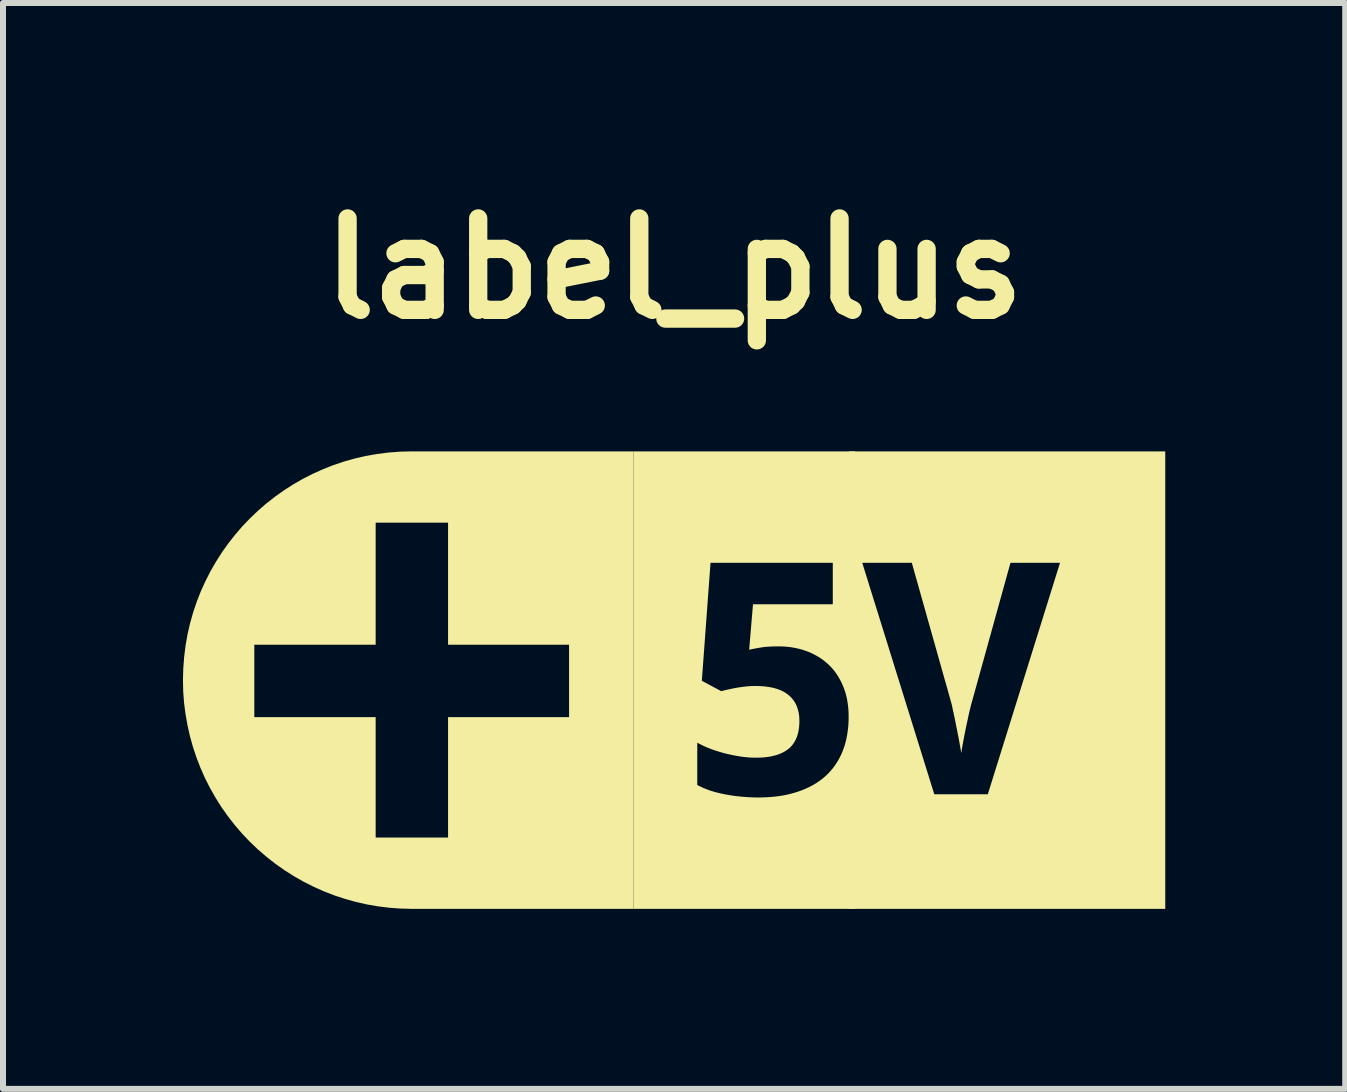
<source format=kicad_pcb>
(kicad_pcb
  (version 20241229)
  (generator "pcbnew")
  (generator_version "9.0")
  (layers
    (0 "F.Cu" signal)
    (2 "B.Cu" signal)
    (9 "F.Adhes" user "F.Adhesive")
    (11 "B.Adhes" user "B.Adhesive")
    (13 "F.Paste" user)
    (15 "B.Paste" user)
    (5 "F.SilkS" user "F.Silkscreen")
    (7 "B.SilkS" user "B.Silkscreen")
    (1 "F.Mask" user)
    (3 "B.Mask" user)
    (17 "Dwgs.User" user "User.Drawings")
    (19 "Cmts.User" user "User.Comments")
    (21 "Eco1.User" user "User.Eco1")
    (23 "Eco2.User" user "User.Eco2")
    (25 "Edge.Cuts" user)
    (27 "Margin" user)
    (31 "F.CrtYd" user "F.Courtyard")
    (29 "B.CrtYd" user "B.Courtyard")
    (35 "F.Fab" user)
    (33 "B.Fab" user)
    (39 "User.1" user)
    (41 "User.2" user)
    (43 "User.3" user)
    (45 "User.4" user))
  (footprint "label_plus"
    (layer "F.Cu")
    (at 8.187 8.287)
    (property "Reference" "label_plus" (at 0 -6.861 0) (layer "F.SilkS") (effects (font (size 1.524 1.524) (thickness 0.305))))
    (attr smd)
    (fp_poly (pts (xy -4.374 -3.813) (xy -4.975 -2.624) (xy -3.768 -2.624) (xy -3.768 -0.59) (xy -1.751 -0.59) (xy -1.751 0.617) (xy -3.768 0.617) (xy -3.768 2.624) (xy -4.975 2.624) (xy -4.975 0.617) (xy -6.998 0.617) (xy -6.998 -0.59) (xy -4.975 -0.59) (xy -4.975 -2.624) (xy -4.374 -3.813) (xy -4.571 -3.808) (xy -4.764 -3.793) (xy -4.955 -3.769) (xy -5.143 -3.736) (xy -5.327 -3.693) (xy -5.508 -3.642) (xy -5.685 -3.582) (xy -5.858 -3.513) (xy -6.027 -3.437) (xy -6.192 -3.353) (xy -6.351 -3.261) (xy -6.506 -3.162) (xy -6.656 -3.055) (xy -6.8 -2.942) (xy -6.938 -2.822) (xy -7.07 -2.696) (xy -7.197 -2.564) (xy -7.316 -2.425) (xy -7.43 -2.281) (xy -7.536 -2.132) (xy -7.635 -1.977) (xy -7.727 -1.818) (xy -7.811 -1.653) (xy -7.888 -1.484) (xy -7.956 -1.311) (xy -8.016 -1.134) (xy -8.067 -0.953) (xy -8.11 -0.769) (xy -8.143 -0.581) (xy -8.167 -0.39) (xy -8.182 -0.196) (xy -8.187 -0.000275) (xy -8.183 0.189) (xy -8.169 0.377) (xy -8.145 0.563) (xy -8.113 0.747) (xy -8.072 0.929) (xy -8.022 1.109) (xy -7.964 1.285) (xy -7.897 1.459) (xy -7.822 1.629) (xy -7.738 1.795) (xy -7.646 1.957) (xy -7.547 2.115) (xy -7.439 2.268) (xy -7.324 2.416) (xy -7.201 2.559) (xy -7.071 2.696) (xy -6.934 2.826) (xy -6.791 2.949) (xy -6.643 3.065) (xy -6.49 3.172) (xy -6.332 3.272) (xy -6.17 3.364) (xy -6.004 3.447) (xy -5.834 3.523) (xy -5.66 3.59) (xy -5.483 3.648) (xy -5.304 3.698) (xy -5.122 3.739) (xy -4.938 3.771) (xy -4.751 3.794) (xy -4.564 3.808) (xy -4.374 3.813) (xy -0.68 3.813) (xy -0.68 -3.813) (xy -4.374 -3.813)) (stroke (width 0) (type solid)) (fill yes) (layer "F.SilkS"))
    (fp_poly (pts (xy 2.915 -3.813) (xy 3.136 -1.956) (xy 3.962 -1.956) (xy 4.617 0.367) (xy 4.619 0.375) (xy 4.622 0.385) (xy 4.625 0.396) (xy 4.628 0.408) (xy 4.631 0.42) (xy 4.634 0.434) (xy 4.637 0.449) (xy 4.64 0.464) (xy 4.644 0.481) (xy 4.647 0.499) (xy 4.651 0.517) (xy 4.654 0.53) (xy 4.657 0.542) (xy 4.66 0.555) (xy 4.662 0.568) (xy 4.665 0.581) (xy 4.668 0.594) (xy 4.671 0.608) (xy 4.674 0.621) (xy 4.677 0.635) (xy 4.679 0.649) (xy 4.682 0.663) (xy 4.685 0.677) (xy 4.688 0.691) (xy 4.691 0.705) (xy 4.694 0.72) (xy 4.696 0.735) (xy 4.699 0.749) (xy 4.702 0.763) (xy 4.705 0.776) (xy 4.707 0.789) (xy 4.71 0.803) (xy 4.713 0.816) (xy 4.716 0.829) (xy 4.718 0.843) (xy 4.721 0.856) (xy 4.724 0.869) (xy 4.726 0.883) (xy 4.729 0.896) (xy 4.731 0.91) (xy 4.734 0.923) (xy 4.737 0.936) (xy 4.739 0.95) (xy 4.742 0.963) (xy 4.744 0.976) (xy 4.747 0.99) (xy 4.749 1.003) (xy 4.752 1.019) (xy 4.755 1.034) (xy 4.758 1.049) (xy 4.76 1.064) (xy 4.763 1.078) (xy 4.766 1.092) (xy 4.768 1.106) (xy 4.77 1.12) (xy 4.773 1.133) (xy 4.775 1.146) (xy 4.777 1.158) (xy 4.779 1.171) (xy 4.781 1.183) (xy 4.783 1.194) (xy 4.785 1.206) (xy 4.786 1.217) (xy 4.788 1.206) (xy 4.79 1.194) (xy 4.792 1.183) (xy 4.793 1.171) (xy 4.795 1.158) (xy 4.798 1.146) (xy 4.8 1.133) (xy 4.802 1.12) (xy 4.804 1.106) (xy 4.807 1.092) (xy 4.809 1.078) (xy 4.812 1.064) (xy 4.815 1.049) (xy 4.817 1.034) (xy 4.82 1.019) (xy 4.823 1.003) (xy 4.826 0.99) (xy 4.828 0.976) (xy 4.831 0.963) (xy 4.833 0.95) (xy 4.836 0.936) (xy 4.838 0.923) (xy 4.841 0.91) (xy 4.844 0.897) (xy 4.846 0.883) (xy 4.849 0.87) (xy 4.852 0.857) (xy 4.854 0.844) (xy 4.857 0.831) (xy 4.86 0.818) (xy 4.862 0.804) (xy 4.865 0.791) (xy 4.868 0.778) (xy 4.871 0.765) (xy 4.873 0.752) (xy 4.876 0.737) (xy 4.879 0.723) (xy 4.883 0.708) (xy 4.886 0.694) (xy 4.889 0.679) (xy 4.892 0.665) (xy 4.895 0.651) (xy 4.898 0.638) (xy 4.901 0.624) (xy 4.903 0.611) (xy 4.906 0.597) (xy 4.909 0.584) (xy 4.912 0.571) (xy 4.915 0.558) (xy 4.918 0.545) (xy 4.921 0.533) (xy 4.923 0.52) (xy 4.928 0.503) (xy 4.932 0.486) (xy 4.936 0.471) (xy 4.939 0.456) (xy 4.943 0.442) (xy 4.946 0.429) (xy 4.949 0.417) (xy 4.952 0.405) (xy 4.955 0.394) (xy 4.958 0.384) (xy 4.96 0.375) (xy 4.963 0.367) (xy 5.607 -1.956) (xy 6.433 -1.956) (xy 5.229 1.903) (xy 4.337 1.903) (xy 3.136 -1.956) (xy 2.915 -3.813) (xy 2.915 3.813) (xy 8.187 3.813) (xy 8.187 -3.813) (xy 2.915 -3.813)) (stroke (width 0) (type solid)) (fill yes) (layer "F.SilkS"))
    (fp_poly (pts (xy -0.68 -3.813) (xy 0.607 -1.956) (xy 2.645 -1.956) (xy 2.645 -1.264) (xy 1.315 -1.264) (xy 1.251 -0.507) (xy 1.263 -0.509) (xy 1.274 -0.512) (xy 1.286 -0.514) (xy 1.298 -0.517) (xy 1.311 -0.519) (xy 1.323 -0.522) (xy 1.336 -0.524) (xy 1.349 -0.527) (xy 1.362 -0.529) (xy 1.376 -0.531) (xy 1.39 -0.534) (xy 1.404 -0.536) (xy 1.418 -0.539) (xy 1.432 -0.541) (xy 1.447 -0.544) (xy 1.458 -0.545) (xy 1.469 -0.547) (xy 1.481 -0.549) (xy 1.492 -0.55) (xy 1.505 -0.552) (xy 1.517 -0.553) (xy 1.53 -0.554) (xy 1.543 -0.555) (xy 1.556 -0.556) (xy 1.569 -0.557) (xy 1.583 -0.558) (xy 1.597 -0.559) (xy 1.612 -0.56) (xy 1.627 -0.56) (xy 1.642 -0.561) (xy 1.657 -0.561) (xy 1.672 -0.562) (xy 1.688 -0.562) (xy 1.704 -0.562) (xy 1.721 -0.562) (xy 1.737 -0.563) (xy 1.752 -0.562) (xy 1.767 -0.562) (xy 1.781 -0.562) (xy 1.795 -0.561) (xy 1.81 -0.561) (xy 1.824 -0.56) (xy 1.838 -0.559) (xy 1.852 -0.558) (xy 1.866 -0.557) (xy 1.88 -0.556) (xy 1.894 -0.554) (xy 1.908 -0.553) (xy 1.922 -0.551) (xy 1.936 -0.55) (xy 1.95 -0.548) (xy 1.963 -0.546) (xy 1.977 -0.543) (xy 1.991 -0.541) (xy 2.004 -0.539) (xy 2.017 -0.536) (xy 2.031 -0.533) (xy 2.044 -0.53) (xy 2.057 -0.527) (xy 2.071 -0.524) (xy 2.084 -0.521) (xy 2.097 -0.518) (xy 2.11 -0.514) (xy 2.123 -0.511) (xy 2.136 -0.507) (xy 2.149 -0.503) (xy 2.161 -0.499) (xy 2.174 -0.495) (xy 2.187 -0.49) (xy 2.199 -0.486) (xy 2.213 -0.481) (xy 2.226 -0.476) (xy 2.239 -0.471) (xy 2.252 -0.466) (xy 2.265 -0.46) (xy 2.278 -0.455) (xy 2.29 -0.449) (xy 2.303 -0.443) (xy 2.315 -0.437) (xy 2.328 -0.431) (xy 2.34 -0.425) (xy 2.352 -0.418) (xy 2.364 -0.412) (xy 2.376 -0.405) (xy 2.388 -0.398) (xy 2.399 -0.392) (xy 2.411 -0.384) (xy 2.422 -0.377) (xy 2.434 -0.37) (xy 2.445 -0.362) (xy 2.456 -0.355) (xy 2.467 -0.347) (xy 2.478 -0.339) (xy 2.489 -0.331) (xy 2.499 -0.323) (xy 2.51 -0.314) (xy 2.521 -0.306) (xy 2.531 -0.297) (xy 2.541 -0.289) (xy 2.551 -0.28) (xy 2.561 -0.271) (xy 2.571 -0.262) (xy 2.581 -0.253) (xy 2.59 -0.243) (xy 2.6 -0.234) (xy 2.609 -0.225) (xy 2.618 -0.215) (xy 2.627 -0.205) (xy 2.636 -0.195) (xy 2.644 -0.185) (xy 2.653 -0.175) (xy 2.661 -0.165) (xy 2.669 -0.155) (xy 2.678 -0.144) (xy 2.686 -0.134) (xy 2.693 -0.123) (xy 2.701 -0.112) (xy 2.709 -0.101) (xy 2.716 -0.089) (xy 2.724 -0.078) (xy 2.731 -0.067) (xy 2.738 -0.055) (xy 2.745 -0.043) (xy 2.752 -0.031) (xy 2.759 -0.019) (xy 2.765 -0.007) (xy 2.772 0.005) (xy 2.778 0.018) (xy 2.785 0.03) (xy 2.791 0.043) (xy 2.797 0.056) (xy 2.803 0.069) (xy 2.808 0.082) (xy 2.814 0.095) (xy 2.819 0.108) (xy 2.824 0.12) (xy 2.829 0.132) (xy 2.833 0.144) (xy 2.838 0.156) (xy 2.842 0.169) (xy 2.846 0.181) (xy 2.85 0.194) (xy 2.854 0.206) (xy 2.858 0.219) (xy 2.861 0.231) (xy 2.865 0.244) (xy 2.868 0.257) (xy 2.871 0.27) (xy 2.875 0.283) (xy 2.878 0.297) (xy 2.88 0.31) (xy 2.883 0.323) (xy 2.886 0.337) (xy 2.888 0.351) (xy 2.89 0.364) (xy 2.892 0.378) (xy 2.895 0.392) (xy 2.896 0.406) (xy 2.898 0.42) (xy 2.9 0.434) (xy 2.901 0.449) (xy 2.903 0.463) (xy 2.904 0.477) (xy 2.905 0.492) (xy 2.906 0.507) (xy 2.907 0.521) (xy 2.908 0.536) (xy 2.908 0.551) (xy 2.909 0.566) (xy 2.909 0.582) (xy 2.909 0.597) (xy 2.909 0.612) (xy 2.909 0.627) (xy 2.909 0.642) (xy 2.909 0.657) (xy 2.908 0.671) (xy 2.908 0.686) (xy 2.907 0.701) (xy 2.907 0.715) (xy 2.906 0.73) (xy 2.905 0.744) (xy 2.904 0.758) (xy 2.903 0.772) (xy 2.901 0.786) (xy 2.9 0.801) (xy 2.898 0.815) (xy 2.897 0.828) (xy 2.895 0.842) (xy 2.893 0.856) (xy 2.891 0.87) (xy 2.889 0.883) (xy 2.887 0.897) (xy 2.885 0.91) (xy 2.883 0.924) (xy 2.88 0.937) (xy 2.877 0.95) (xy 2.875 0.964) (xy 2.872 0.977) (xy 2.869 0.99) (xy 2.866 1.003) (xy 2.863 1.016) (xy 2.86 1.029) (xy 2.856 1.041) (xy 2.853 1.054) (xy 2.849 1.067) (xy 2.845 1.079) (xy 2.842 1.092) (xy 2.838 1.104) (xy 2.834 1.117) (xy 2.829 1.129) (xy 2.825 1.141) (xy 2.821 1.153) (xy 2.816 1.165) (xy 2.812 1.177) (xy 2.806 1.19) (xy 2.801 1.204) (xy 2.795 1.217) (xy 2.79 1.23) (xy 2.784 1.243) (xy 2.778 1.256) (xy 2.771 1.268) (xy 2.765 1.281) (xy 2.759 1.293) (xy 2.752 1.306) (xy 2.746 1.318) (xy 2.739 1.33) (xy 2.732 1.342) (xy 2.725 1.354) (xy 2.717 1.366) (xy 2.71 1.378) (xy 2.702 1.389) (xy 2.695 1.401) (xy 2.687 1.412) (xy 2.679 1.424) (xy 2.671 1.435) (xy 2.663 1.446) (xy 2.655 1.457) (xy 2.646 1.468) (xy 2.638 1.479) (xy 2.629 1.489) (xy 2.62 1.5) (xy 2.611 1.51) (xy 2.602 1.521) (xy 2.593 1.531) (xy 2.583 1.541) (xy 2.574 1.551) (xy 2.564 1.561) (xy 2.554 1.571) (xy 2.544 1.58) (xy 2.534 1.59) (xy 2.524 1.599) (xy 2.514 1.608) (xy 2.504 1.617) (xy 2.494 1.625) (xy 2.484 1.634) (xy 2.474 1.642) (xy 2.463 1.65) (xy 2.453 1.658) (xy 2.442 1.666) (xy 2.431 1.674) (xy 2.42 1.682) (xy 2.409 1.69) (xy 2.398 1.697) (xy 2.387 1.705) (xy 2.376 1.712) (xy 2.364 1.72) (xy 2.352 1.727) (xy 2.341 1.734) (xy 2.329 1.741) (xy 2.317 1.748) (xy 2.305 1.755) (xy 2.292 1.761) (xy 2.28 1.768) (xy 2.267 1.774) (xy 2.255 1.781) (xy 2.242 1.787) (xy 2.229 1.793) (xy 2.216 1.799) (xy 2.203 1.805) (xy 2.19 1.811) (xy 2.177 1.817) (xy 2.163 1.822) (xy 2.15 1.828) (xy 2.136 1.833) (xy 2.122 1.838) (xy 2.108 1.844) (xy 2.094 1.849) (xy 2.08 1.854) (xy 2.065 1.859) (xy 2.051 1.863) (xy 2.039 1.867) (xy 2.027 1.871) (xy 2.015 1.875) (xy 2.003 1.878) (xy 1.991 1.882) (xy 1.978 1.885) (xy 1.966 1.889) (xy 1.953 1.892) (xy 1.941 1.895) (xy 1.928 1.899) (xy 1.916 1.902) (xy 1.903 1.905) (xy 1.89 1.907) (xy 1.877 1.91) (xy 1.864 1.913) (xy 1.851 1.916) (xy 1.838 1.918) (xy 1.824 1.921) (xy 1.811 1.923) (xy 1.798 1.925) (xy 1.784 1.928) (xy 1.771 1.93) (xy 1.757 1.932) (xy 1.743 1.934) (xy 1.73 1.936) (xy 1.716 1.937) (xy 1.702 1.939) (xy 1.688 1.941) (xy 1.674 1.942) (xy 1.66 1.944) (xy 1.645 1.945) (xy 1.631 1.947) (xy 1.617 1.948) (xy 1.602 1.949) (xy 1.588 1.95) (xy 1.573 1.951) (xy 1.558 1.952) (xy 1.544 1.953) (xy 1.529 1.953) (xy 1.514 1.954) (xy 1.499 1.954) (xy 1.484 1.955) (xy 1.469 1.955) (xy 1.453 1.956) (xy 1.438 1.956) (xy 1.423 1.956) (xy 1.407 1.956) (xy 1.393 1.956) (xy 1.38 1.956) (xy 1.366 1.956) (xy 1.352 1.956) (xy 1.338 1.955) (xy 1.325 1.955) (xy 1.311 1.955) (xy 1.297 1.954) (xy 1.283 1.954) (xy 1.27 1.953) (xy 1.256 1.952) (xy 1.242 1.952) (xy 1.229 1.951) (xy 1.215 1.95) (xy 1.201 1.949) (xy 1.188 1.948) (xy 1.174 1.947) (xy 1.16 1.946) (xy 1.147 1.945) (xy 1.133 1.944) (xy 1.12 1.943) (xy 1.105 1.941) (xy 1.091 1.94) (xy 1.077 1.938) (xy 1.063 1.937) (xy 1.049 1.935) (xy 1.035 1.934) (xy 1.021 1.932) (xy 1.007 1.93) (xy 0.993 1.928) (xy 0.98 1.926) (xy 0.966 1.924) (xy 0.952 1.922) (xy 0.939 1.92) (xy 0.925 1.918) (xy 0.912 1.915) (xy 0.898 1.913) (xy 0.885 1.911) (xy 0.872 1.908) (xy 0.858 1.906) (xy 0.845 1.903) (xy 0.831 1.901) (xy 0.818 1.898) (xy 0.804 1.895) (xy 0.791 1.892) (xy 0.778 1.889) (xy 0.764 1.886) (xy 0.751 1.883) (xy 0.738 1.88) (xy 0.725 1.877) (xy 0.712 1.874) (xy 0.699 1.87) (xy 0.686 1.867) (xy 0.673 1.863) (xy 0.66 1.859) (xy 0.647 1.856) (xy 0.635 1.852) (xy 0.622 1.848) (xy 0.609 1.844) (xy 0.597 1.84) (xy 0.583 1.835) (xy 0.57 1.83) (xy 0.557 1.825) (xy 0.543 1.82) (xy 0.53 1.815) (xy 0.518 1.81) (xy 0.505 1.805) (xy 0.492 1.8) (xy 0.48 1.794) (xy 0.468 1.789) (xy 0.456 1.783) (xy 0.444 1.777) (xy 0.432 1.772) (xy 0.42 1.766) (xy 0.408 1.76) (xy 0.397 1.754) (xy 0.386 1.748) (xy 0.386 1.043) (xy 0.397 1.049) (xy 0.408 1.055) (xy 0.419 1.061) (xy 0.431 1.067) (xy 0.443 1.073) (xy 0.455 1.079) (xy 0.467 1.085) (xy 0.479 1.091) (xy 0.492 1.097) (xy 0.505 1.103) (xy 0.518 1.109) (xy 0.531 1.115) (xy 0.544 1.12) (xy 0.558 1.126) (xy 0.572 1.132) (xy 0.586 1.137) (xy 0.6 1.143) (xy 0.613 1.148) (xy 0.625 1.152) (xy 0.638 1.157) (xy 0.651 1.161) (xy 0.664 1.166) (xy 0.677 1.17) (xy 0.69 1.175) (xy 0.703 1.179) (xy 0.717 1.183) (xy 0.73 1.187) (xy 0.743 1.191) (xy 0.756 1.196) (xy 0.77 1.2) (xy 0.783 1.203) (xy 0.796 1.207) (xy 0.81 1.211) (xy 0.823 1.215) (xy 0.837 1.219) (xy 0.851 1.222) (xy 0.864 1.225) (xy 0.877 1.229) (xy 0.89 1.232) (xy 0.903 1.235) (xy 0.916 1.237) (xy 0.93 1.24) (xy 0.943 1.243) (xy 0.956 1.246) (xy 0.969 1.249) (xy 0.982 1.251) (xy 0.995 1.254) (xy 1.009 1.256) (xy 1.022 1.259) (xy 1.035 1.261) (xy 1.048 1.264) (xy 1.061 1.266) (xy 1.074 1.268) (xy 1.088 1.27) (xy 1.101 1.273) (xy 1.114 1.275) (xy 1.129 1.277) (xy 1.143 1.279) (xy 1.158 1.28) (xy 1.172 1.282) (xy 1.186 1.284) (xy 1.201 1.285) (xy 1.215 1.286) (xy 1.229 1.288) (xy 1.243 1.289) (xy 1.257 1.29) (xy 1.27 1.291) (xy 1.284 1.291) (xy 1.298 1.292) (xy 1.311 1.292) (xy 1.325 1.293) (xy 1.338 1.293) (xy 1.352 1.293) (xy 1.365 1.293) (xy 1.382 1.293) (xy 1.399 1.293) (xy 1.416 1.293) (xy 1.432 1.292) (xy 1.449 1.291) (xy 1.465 1.29) (xy 1.481 1.289) (xy 1.496 1.288) (xy 1.512 1.286) (xy 1.527 1.285) (xy 1.542 1.283) (xy 1.557 1.281) (xy 1.572 1.279) (xy 1.587 1.277) (xy 1.601 1.274) (xy 1.615 1.271) (xy 1.629 1.269) (xy 1.643 1.266) (xy 1.656 1.262) (xy 1.67 1.259) (xy 1.683 1.255) (xy 1.696 1.252) (xy 1.709 1.248) (xy 1.721 1.244) (xy 1.733 1.24) (xy 1.746 1.235) (xy 1.757 1.231) (xy 1.769 1.226) (xy 1.781 1.221) (xy 1.792 1.216) (xy 1.803 1.211) (xy 1.814 1.205) (xy 1.825 1.2) (xy 1.835 1.194) (xy 1.846 1.188) (xy 1.856 1.182) (xy 1.866 1.175) (xy 1.875 1.169) (xy 1.885 1.162) (xy 1.894 1.155) (xy 1.903 1.148) (xy 1.913 1.141) (xy 1.922 1.133) (xy 1.931 1.125) (xy 1.939 1.116) (xy 1.948 1.108) (xy 1.956 1.099) (xy 1.964 1.09) (xy 1.971 1.081) (xy 1.979 1.071) (xy 1.986 1.061) (xy 1.993 1.051) (xy 2 1.041) (xy 2.006 1.031) (xy 2.012 1.02) (xy 2.018 1.009) (xy 2.024 0.998) (xy 2.029 0.987) (xy 2.034 0.975) (xy 2.039 0.964) (xy 2.044 0.952) (xy 2.049 0.939) (xy 2.053 0.927) (xy 2.057 0.914) (xy 2.061 0.901) (xy 2.064 0.888) (xy 2.068 0.875) (xy 2.071 0.861) (xy 2.073 0.848) (xy 2.076 0.834) (xy 2.078 0.819) (xy 2.08 0.805) (xy 2.082 0.79) (xy 2.084 0.775) (xy 2.085 0.76) (xy 2.086 0.745) (xy 2.087 0.729) (xy 2.088 0.713) (xy 2.088 0.697) (xy 2.088 0.681) (xy 2.088 0.665) (xy 2.087 0.65) (xy 2.087 0.634) (xy 2.086 0.619) (xy 2.085 0.604) (xy 2.083 0.59) (xy 2.081 0.575) (xy 2.079 0.561) (xy 2.077 0.547) (xy 2.074 0.533) (xy 2.071 0.52) (xy 2.068 0.506) (xy 2.064 0.493) (xy 2.061 0.48) (xy 2.056 0.467) (xy 2.052 0.455) (xy 2.047 0.442) (xy 2.043 0.43) (xy 2.037 0.418) (xy 2.032 0.407) (xy 2.026 0.395) (xy 2.02 0.384) (xy 2.014 0.373) (xy 2.007 0.362) (xy 2 0.351) (xy 1.993 0.341) (xy 1.986 0.331) (xy 1.978 0.321) (xy 1.97 0.311) (xy 1.962 0.301) (xy 1.953 0.292) (xy 1.944 0.283) (xy 1.935 0.274) (xy 1.926 0.265) (xy 1.916 0.257) (xy 1.906 0.248) (xy 1.898 0.241) (xy 1.889 0.235) (xy 1.88 0.228) (xy 1.871 0.222) (xy 1.862 0.215) (xy 1.852 0.209) (xy 1.842 0.203) (xy 1.832 0.198) (xy 1.822 0.192) (xy 1.812 0.186) (xy 1.801 0.181) (xy 1.791 0.176) (xy 1.78 0.171) (xy 1.768 0.166) (xy 1.757 0.162) (xy 1.745 0.157) (xy 1.733 0.153) (xy 1.721 0.149) (xy 1.709 0.145) (xy 1.696 0.141) (xy 1.684 0.137) (xy 1.671 0.134) (xy 1.658 0.13) (xy 1.644 0.127) (xy 1.631 0.124) (xy 1.617 0.121) (xy 1.603 0.119) (xy 1.589 0.116) (xy 1.574 0.114) (xy 1.559 0.112) (xy 1.545 0.11) (xy 1.53 0.108) (xy 1.514 0.106) (xy 1.499 0.104) (xy 1.483 0.103) (xy 1.467 0.102) (xy 1.451 0.101) (xy 1.434 0.1) (xy 1.418 0.099) (xy 1.401 0.099) (xy 1.384 0.098) (xy 1.367 0.098) (xy 1.349 0.098) (xy 1.337 0.098) (xy 1.324 0.098) (xy 1.311 0.098) (xy 1.298 0.099) (xy 1.285 0.099) (xy 1.271 0.1) (xy 1.257 0.101) (xy 1.244 0.102) (xy 1.23 0.103) (xy 1.215 0.104) (xy 1.201 0.106) (xy 1.187 0.107) (xy 1.173 0.109) (xy 1.159 0.11) (xy 1.146 0.112) (xy 1.132 0.114) (xy 1.118 0.116) (xy 1.104 0.118) (xy 1.09 0.12) (xy 1.076 0.122) (xy 1.062 0.124) (xy 1.048 0.127) (xy 1.035 0.129) (xy 1.022 0.131) (xy 1.008 0.134) (xy 0.995 0.137) (xy 0.982 0.139) (xy 0.969 0.142) (xy 0.956 0.144) (xy 0.944 0.147) (xy 0.931 0.15) (xy 0.918 0.153) (xy 0.906 0.156) (xy 0.891 0.159) (xy 0.876 0.162) (xy 0.862 0.165) (xy 0.848 0.168) (xy 0.835 0.171) (xy 0.823 0.175) (xy 0.81 0.178) (xy 0.798 0.181) (xy 0.787 0.185) (xy 0.462 0.011) (xy 0.607 -1.956) (xy -0.68 -3.813) (xy -0.68 3.813) (xy 3.021 3.813) (xy 3.021 -3.813) (xy -0.68 -3.813)) (stroke (width 0) (type solid)) (fill yes) (layer "F.SilkS")))
  (gr_rect
    (start -3 -3)
    (end 19.374 15.101)
    (stroke (width 0.1) (type default))
    (fill no)
    (layer "Edge.Cuts")))
</source>
